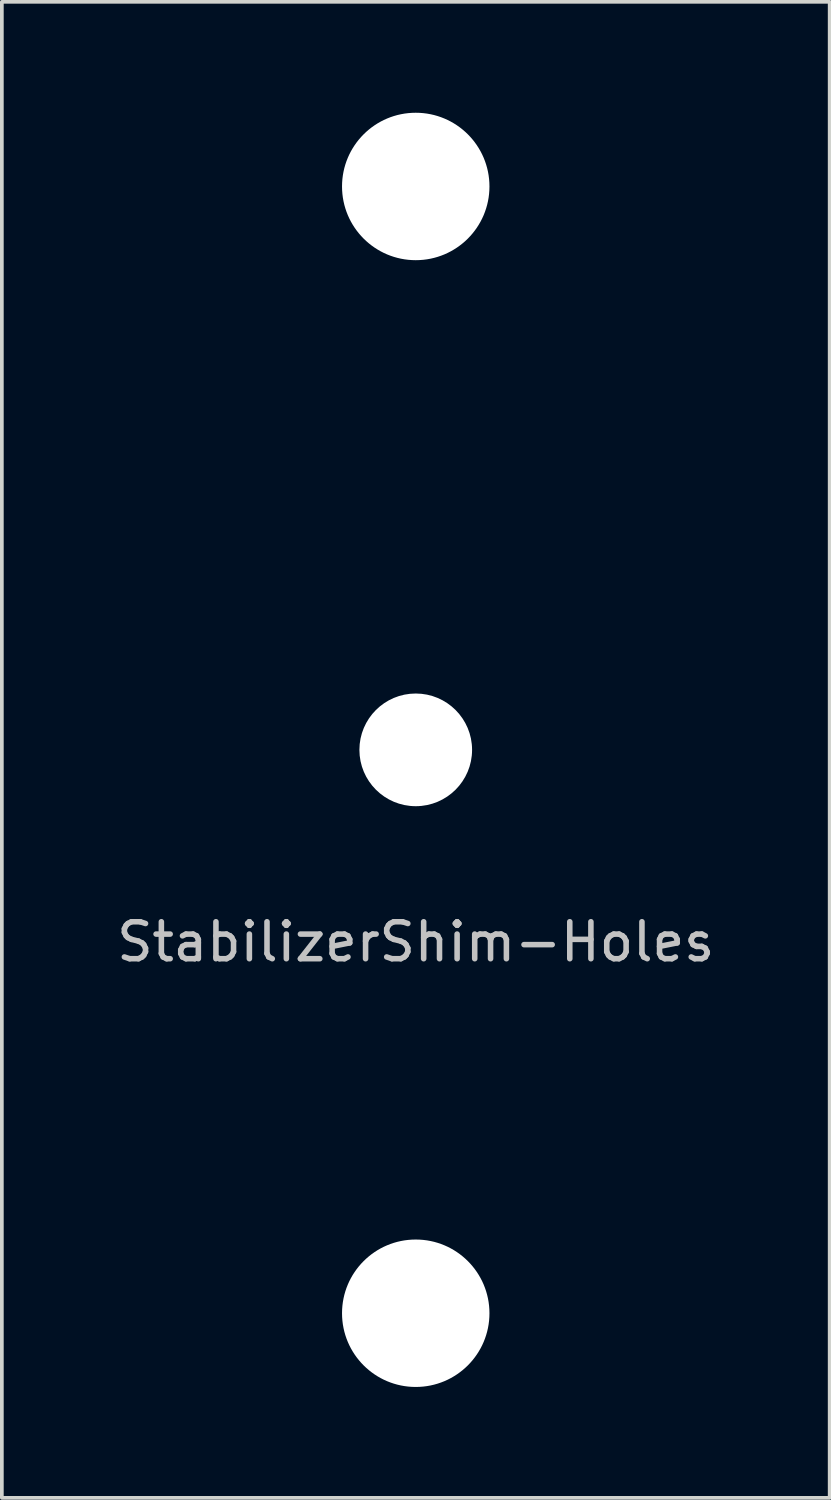
<source format=kicad_pcb>
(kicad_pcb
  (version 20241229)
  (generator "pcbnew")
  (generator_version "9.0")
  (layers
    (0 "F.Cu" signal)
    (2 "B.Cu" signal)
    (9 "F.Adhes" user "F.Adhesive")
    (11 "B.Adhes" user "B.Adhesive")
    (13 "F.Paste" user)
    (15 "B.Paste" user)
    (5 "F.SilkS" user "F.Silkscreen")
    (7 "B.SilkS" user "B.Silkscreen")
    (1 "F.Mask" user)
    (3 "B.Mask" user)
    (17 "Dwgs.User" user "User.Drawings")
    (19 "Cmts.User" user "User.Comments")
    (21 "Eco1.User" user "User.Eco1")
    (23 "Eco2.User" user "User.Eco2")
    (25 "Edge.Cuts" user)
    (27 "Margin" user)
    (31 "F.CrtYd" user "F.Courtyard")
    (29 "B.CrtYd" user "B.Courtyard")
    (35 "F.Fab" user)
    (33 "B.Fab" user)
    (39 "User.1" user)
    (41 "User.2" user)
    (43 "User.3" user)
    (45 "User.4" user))
  (footprint "StabilizerShim-Holes"
    (layer "F.Cu")
    (at 8.196 17.234)
    (property "Reference" "StabilizerShim-Holes" (at 0 5.195 0) (layer "Dwgs.User") (effects (font (size 1 1) (thickness 0.15))))
    (attr through_hole)
    (pad "" np_thru_hole circle (at 0 -15.24 90) (size 3.988 3.988) (drill 3.988) (layers "*.Cu" "*.Mask"))
    (pad "" np_thru_hole circle (at 0 0) (size 3.048 3.048) (drill 3.048) (layers "*.Cu" "*.Mask"))
    (pad "" np_thru_hole circle (at 0 15.24 270) (size 3.988 3.988) (drill 3.988) (layers "*.Cu" "*.Mask")))
  (gr_rect
    (start -3 -3)
    (end 19.393 37.468)
    (stroke (width 0.1) (type default))
    (fill no)
    (layer "Edge.Cuts")))
</source>
